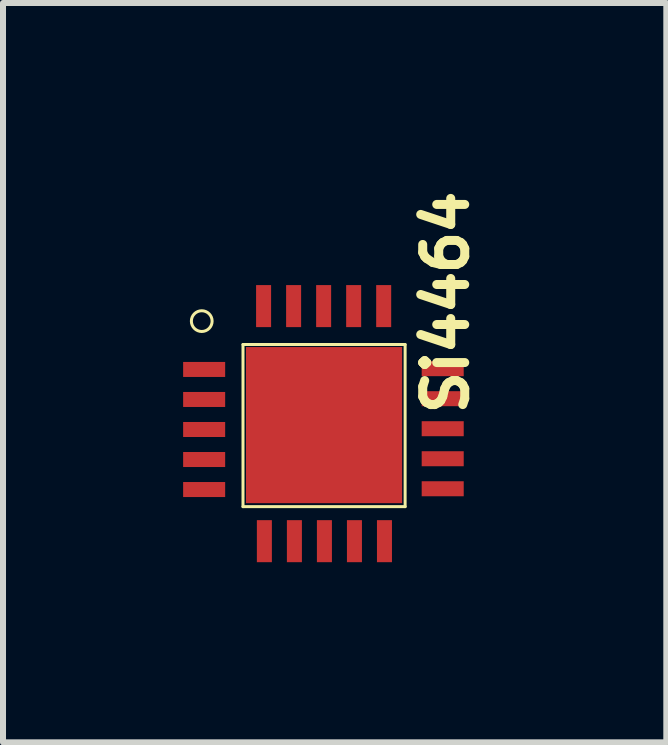
<source format=kicad_pcb>
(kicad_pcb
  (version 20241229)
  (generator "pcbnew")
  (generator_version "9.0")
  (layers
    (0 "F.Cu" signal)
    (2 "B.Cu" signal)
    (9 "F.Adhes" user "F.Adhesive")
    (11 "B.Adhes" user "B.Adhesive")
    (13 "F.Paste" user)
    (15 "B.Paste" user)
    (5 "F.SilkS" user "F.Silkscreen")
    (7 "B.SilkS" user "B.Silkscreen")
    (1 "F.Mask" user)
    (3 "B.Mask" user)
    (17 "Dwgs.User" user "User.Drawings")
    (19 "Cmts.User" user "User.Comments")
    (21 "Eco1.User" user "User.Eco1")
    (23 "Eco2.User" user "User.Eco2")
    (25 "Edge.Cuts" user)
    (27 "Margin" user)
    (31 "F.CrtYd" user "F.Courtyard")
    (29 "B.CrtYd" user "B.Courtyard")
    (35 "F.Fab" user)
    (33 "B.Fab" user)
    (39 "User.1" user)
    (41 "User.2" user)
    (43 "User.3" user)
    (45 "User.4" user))
  (footprint "Si4464"
    (layer "F.Cu")
    (at 2.342 4.02)
    (property "Reference" "Si4464" (at 2.032 -2.032 90) (layer "F.SilkS") (effects (font (size 0.7 0.7) (thickness 0.15))))
    (attr through_hole)
    (fp_line (start -1.345 -1.332) (end 1.355 -1.332) (stroke (width 0.05) (type solid)) (layer "F.SilkS"))
    (fp_line (start -1.345 1.368) (end -1.345 -1.332) (stroke (width 0.05) (type solid)) (layer "F.SilkS"))
    (fp_line (start 1.355 -1.332) (end 1.355 1.368) (stroke (width 0.05) (type solid)) (layer "F.SilkS"))
    (fp_line (start 1.355 1.368) (end -1.345 1.368) (stroke (width 0.05) (type solid)) (layer "F.SilkS"))
    (fp_circle (center -2.032 -1.722) (end -1.915 -1.595) (stroke (width 0.05) (type solid)) (fill no) (layer "F.SilkS"))
    (pad "1" smd rect (at -1.992 -0.917 90) (size 0.25 0.7) (layers "F.Cu" "F.Mask" "F.Paste"))
    (pad "2" smd rect (at -1.992 -0.417 90) (size 0.25 0.7) (layers "F.Cu" "F.Mask" "F.Paste"))
    (pad "3" smd rect (at -1.992 0.083 90) (size 0.25 0.7) (layers "F.Cu" "F.Mask" "F.Paste"))
    (pad "4" smd rect (at -1.992 0.583 90) (size 0.25 0.7) (layers "F.Cu" "F.Mask" "F.Paste"))
    (pad "5" smd rect (at -1.992 1.083 90) (size 0.25 0.7) (layers "F.Cu" "F.Mask" "F.Paste"))
    (pad "6" smd rect (at -0.989 1.943) (size 0.25 0.7) (layers "F.Cu" "F.Mask" "F.Paste"))
    (pad "7" smd rect (at -0.489 1.943) (size 0.25 0.7) (layers "F.Cu" "F.Mask" "F.Paste"))
    (pad "8" smd rect (at 0.011 1.943) (size 0.25 0.7) (layers "F.Cu" "F.Mask" "F.Paste"))
    (pad "9" smd rect (at 0.511 1.943) (size 0.25 0.7) (layers "F.Cu" "F.Mask" "F.Paste"))
    (pad "10" smd rect (at 1.011 1.943) (size 0.25 0.7) (layers "F.Cu" "F.Mask" "F.Paste"))
    (pad "11" smd rect (at 1.981 1.07 270) (size 0.25 0.7) (layers "F.Cu" "F.Mask" "F.Paste"))
    (pad "12" smd rect (at 1.981 0.57 270) (size 0.25 0.7) (layers "F.Cu" "F.Mask" "F.Paste"))
    (pad "13" smd rect (at 1.981 0.07 270) (size 0.25 0.7) (layers "F.Cu" "F.Mask" "F.Paste"))
    (pad "14" smd rect (at 1.981 -0.43 270) (size 0.25 0.7) (layers "F.Cu" "F.Mask" "F.Paste"))
    (pad "15" smd rect (at 1.981 -0.93 270) (size 0.25 0.7) (layers "F.Cu" "F.Mask" "F.Paste"))
    (pad "16" smd rect (at 0.998 -1.972 180) (size 0.25 0.7) (layers "F.Cu" "F.Mask" "F.Paste"))
    (pad "17" smd rect (at 0.498 -1.972 180) (size 0.25 0.7) (layers "F.Cu" "F.Mask" "F.Paste"))
    (pad "18" smd rect (at -0.002 -1.972 180) (size 0.25 0.7) (layers "F.Cu" "F.Mask" "F.Paste"))
    (pad "19" smd rect (at -0.502 -1.972 180) (size 0.25 0.7) (layers "F.Cu" "F.Mask" "F.Paste"))
    (pad "20" smd rect (at -1.002 -1.972 180) (size 0.25 0.7) (layers "F.Cu" "F.Mask" "F.Paste"))
    (pad "21" smd rect (at 0.005 0.01 180) (size 2.6 2.6) (layers "F.Cu" "F.Mask" "F.Paste")))
  (gr_rect
    (start -3 -3)
    (end 8.047 9.313)
    (stroke (width 0.1) (type default))
    (fill no)
    (layer "Edge.Cuts")))
</source>
